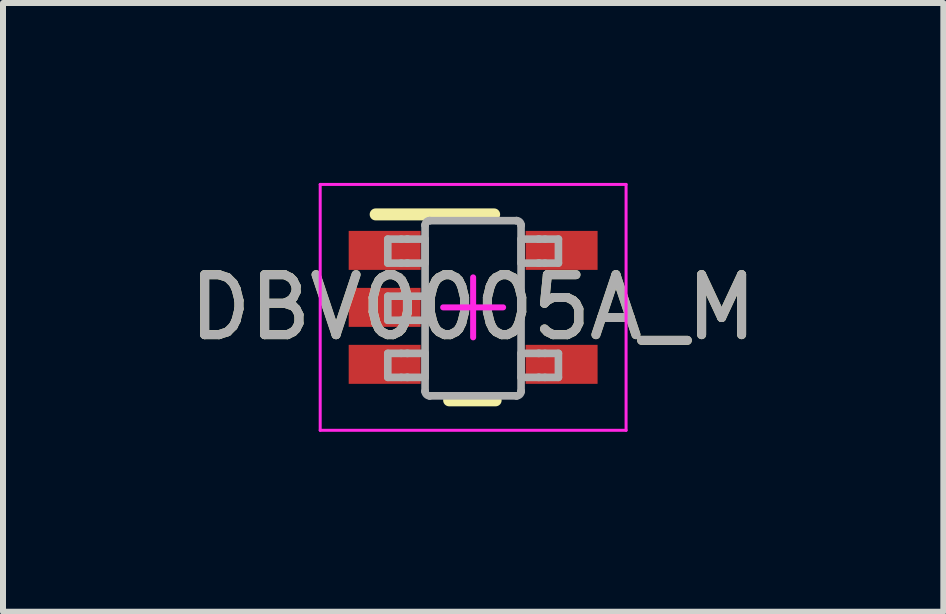
<source format=kicad_pcb>
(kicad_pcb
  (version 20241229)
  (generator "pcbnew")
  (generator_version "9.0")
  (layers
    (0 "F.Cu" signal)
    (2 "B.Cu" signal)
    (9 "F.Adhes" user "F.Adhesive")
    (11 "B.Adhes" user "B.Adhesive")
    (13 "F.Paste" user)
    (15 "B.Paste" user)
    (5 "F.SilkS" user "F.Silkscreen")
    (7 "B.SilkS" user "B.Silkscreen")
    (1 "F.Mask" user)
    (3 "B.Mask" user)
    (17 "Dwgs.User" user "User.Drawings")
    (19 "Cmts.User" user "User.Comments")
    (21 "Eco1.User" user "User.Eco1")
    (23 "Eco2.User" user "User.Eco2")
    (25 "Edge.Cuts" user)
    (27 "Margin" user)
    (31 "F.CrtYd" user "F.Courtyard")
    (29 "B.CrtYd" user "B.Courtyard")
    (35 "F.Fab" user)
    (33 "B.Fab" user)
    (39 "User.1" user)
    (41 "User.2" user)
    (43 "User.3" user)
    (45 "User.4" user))
  (footprint "DBV0005A_M"
    (layer "F.Cu")
    (at 4.839 2.075)
    (property "Reference" "DBV0005A_M" (at 0 0 0) (unlocked yes) (layer "F.SilkS") (effects (font (size 1 1) (thickness 0.15))))
    (attr smd)
    (fp_line (start -1.625 -1.55) (end 0.35 -1.55) (stroke (width 0.2) (type solid)) (layer "F.SilkS"))
    (fp_line (start -0.4 1.55) (end 0.375 1.55) (stroke (width 0.2) (type solid)) (layer "F.SilkS"))
    (fp_line (start -2.55 -2.05) (end 2.55 -2.05) (stroke (width 0.05) (type solid)) (layer "F.CrtYd"))
    (fp_line (start -2.55 2.05) (end -2.55 -2.05) (stroke (width 0.05) (type solid)) (layer "F.CrtYd"))
    (fp_line (start -2.55 2.05) (end 2.55 2.05) (stroke (width 0.05) (type solid)) (layer "F.CrtYd"))
    (fp_line (start -0.5 0) (end 0.5 0) (stroke (width 0.1) (type solid)) (layer "F.CrtYd"))
    (fp_line (start 0 0.5) (end 0 -0.5) (stroke (width 0.1) (type solid)) (layer "F.CrtYd"))
    (fp_line (start 2.55 2.05) (end 2.55 -2.05) (stroke (width 0.05) (type solid)) (layer "F.CrtYd"))
    (fp_line (start -1.423 -1.138) (end -1.199 -1.138) (stroke (width 0.127) (type solid)) (layer "F.Fab"))
    (fp_line (start -1.423 -0.738) (end -1.423 -1.138) (stroke (width 0.127) (type solid)) (layer "F.Fab"))
    (fp_line (start -1.423 -0.738) (end -1.199 -0.738) (stroke (width 0.127) (type solid)) (layer "F.Fab"))
    (fp_line (start -1.423 -0.186) (end -1.199 -0.186) (stroke (width 0.127) (type solid)) (layer "F.Fab"))
    (fp_line (start -1.423 0.215) (end -1.423 -0.186) (stroke (width 0.127) (type solid)) (layer "F.Fab"))
    (fp_line (start -1.423 0.215) (end -1.199 0.215) (stroke (width 0.127) (type solid)) (layer "F.Fab"))
    (fp_line (start -1.423 0.767) (end -1.199 0.767) (stroke (width 0.127) (type solid)) (layer "F.Fab"))
    (fp_line (start -1.423 1.167) (end -1.423 0.767) (stroke (width 0.127) (type solid)) (layer "F.Fab"))
    (fp_line (start -1.423 1.167) (end -1.199 1.167) (stroke (width 0.127) (type solid)) (layer "F.Fab"))
    (fp_line (start -1.199 -1.138) (end -1.105 -1.138) (stroke (width 0.127) (type solid)) (layer "F.Fab"))
    (fp_line (start -1.199 -0.738) (end -1.105 -0.738) (stroke (width 0.127) (type solid)) (layer "F.Fab"))
    (fp_line (start -1.199 -0.186) (end -1.105 -0.186) (stroke (width 0.127) (type solid)) (layer "F.Fab"))
    (fp_line (start -1.199 0.215) (end -1.105 0.215) (stroke (width 0.127) (type solid)) (layer "F.Fab"))
    (fp_line (start -1.199 0.767) (end -1.105 0.767) (stroke (width 0.127) (type solid)) (layer "F.Fab"))
    (fp_line (start -1.199 1.167) (end -1.105 1.167) (stroke (width 0.127) (type solid)) (layer "F.Fab"))
    (fp_line (start -1.105 -1.138) (end -1.088 -1.138) (stroke (width 0.127) (type solid)) (layer "F.Fab"))
    (fp_line (start -1.105 -0.738) (end -1.088 -0.738) (stroke (width 0.127) (type solid)) (layer "F.Fab"))
    (fp_line (start -1.105 -0.186) (end -1.088 -0.186) (stroke (width 0.127) (type solid)) (layer "F.Fab"))
    (fp_line (start -1.105 0.215) (end -1.088 0.215) (stroke (width 0.127) (type solid)) (layer "F.Fab"))
    (fp_line (start -1.105 0.767) (end -1.088 0.767) (stroke (width 0.127) (type solid)) (layer "F.Fab"))
    (fp_line (start -1.105 1.167) (end -1.088 1.167) (stroke (width 0.127) (type solid)) (layer "F.Fab"))
    (fp_line (start -1.088 -1.138) (end -0.835 -1.138) (stroke (width 0.127) (type solid)) (layer "F.Fab"))
    (fp_line (start -1.088 -0.738) (end -0.835 -0.738) (stroke (width 0.127) (type solid)) (layer "F.Fab"))
    (fp_line (start -1.088 -0.186) (end -0.835 -0.186) (stroke (width 0.127) (type solid)) (layer "F.Fab"))
    (fp_line (start -1.088 0.215) (end -0.835 0.215) (stroke (width 0.127) (type solid)) (layer "F.Fab"))
    (fp_line (start -1.088 0.767) (end -0.835 0.767) (stroke (width 0.127) (type solid)) (layer "F.Fab"))
    (fp_line (start -1.088 1.167) (end -0.835 1.167) (stroke (width 0.127) (type solid)) (layer "F.Fab"))
    (fp_line (start -0.835 -1.138) (end -0.801 -1.138) (stroke (width 0.127) (type solid)) (layer "F.Fab"))
    (fp_line (start -0.835 -0.738) (end -0.801 -0.738) (stroke (width 0.127) (type solid)) (layer "F.Fab"))
    (fp_line (start -0.835 -0.186) (end -0.801 -0.186) (stroke (width 0.127) (type solid)) (layer "F.Fab"))
    (fp_line (start -0.835 0.215) (end -0.801 0.215) (stroke (width 0.127) (type solid)) (layer "F.Fab"))
    (fp_line (start -0.835 0.767) (end -0.801 0.767) (stroke (width 0.127) (type solid)) (layer "F.Fab"))
    (fp_line (start -0.835 1.167) (end -0.801 1.167) (stroke (width 0.127) (type solid)) (layer "F.Fab"))
    (fp_line (start -0.801 -1.37) (end -0.801 -1.371) (stroke (width 0.127) (type solid)) (layer "F.Fab"))
    (fp_line (start -0.801 -0.738) (end -0.801 -1.138) (stroke (width 0.127) (type solid)) (layer "F.Fab"))
    (fp_line (start -0.801 0.215) (end -0.801 -0.186) (stroke (width 0.127) (type solid)) (layer "F.Fab"))
    (fp_line (start -0.801 1.167) (end -0.801 0.767) (stroke (width 0.127) (type solid)) (layer "F.Fab"))
    (fp_line (start -0.801 1.399) (end -0.801 -1.37) (stroke (width 0.127) (type solid)) (layer "F.Fab"))
    (fp_line (start -0.801 1.4) (end -0.801 1.399) (stroke (width 0.127) (type solid)) (layer "F.Fab"))
    (fp_line (start -0.725 -1.446) (end -0.725 -1.446) (stroke (width 0.127) (type solid)) (layer "F.Fab"))
    (fp_line (start -0.725 1.475) (end -0.725 1.475) (stroke (width 0.127) (type solid)) (layer "F.Fab"))
    (fp_line (start -0.725 -1.446) (end 0.723 -1.446) (stroke (width 0.127) (type solid)) (layer "F.Fab"))
    (fp_line (start -0.725 1.475) (end 0.723 1.475) (stroke (width 0.127) (type solid)) (layer "F.Fab"))
    (fp_line (start 0.723 -1.446) (end 0.724 -1.446) (stroke (width 0.127) (type solid)) (layer "F.Fab"))
    (fp_line (start 0.723 1.475) (end 0.724 1.475) (stroke (width 0.127) (type solid)) (layer "F.Fab"))
    (fp_line (start 0.799 -1.37) (end 0.799 -1.371) (stroke (width 0.127) (type solid)) (layer "F.Fab"))
    (fp_line (start 0.799 -1.138) (end 0.834 -1.138) (stroke (width 0.127) (type solid)) (layer "F.Fab"))
    (fp_line (start 0.799 -0.738) (end 0.799 -1.138) (stroke (width 0.127) (type solid)) (layer "F.Fab"))
    (fp_line (start 0.799 -0.738) (end 0.834 -0.738) (stroke (width 0.127) (type solid)) (layer "F.Fab"))
    (fp_line (start 0.799 0.767) (end 0.834 0.767) (stroke (width 0.127) (type solid)) (layer "F.Fab"))
    (fp_line (start 0.799 1.167) (end 0.799 0.767) (stroke (width 0.127) (type solid)) (layer "F.Fab"))
    (fp_line (start 0.799 1.167) (end 0.834 1.167) (stroke (width 0.127) (type solid)) (layer "F.Fab"))
    (fp_line (start 0.799 1.399) (end 0.799 -1.37) (stroke (width 0.127) (type solid)) (layer "F.Fab"))
    (fp_line (start 0.799 1.4) (end 0.799 1.399) (stroke (width 0.127) (type solid)) (layer "F.Fab"))
    (fp_line (start 0.834 -1.138) (end 1.087 -1.138) (stroke (width 0.127) (type solid)) (layer "F.Fab"))
    (fp_line (start 0.834 -0.738) (end 1.087 -0.738) (stroke (width 0.127) (type solid)) (layer "F.Fab"))
    (fp_line (start 0.834 0.767) (end 1.087 0.767) (stroke (width 0.127) (type solid)) (layer "F.Fab"))
    (fp_line (start 0.834 1.167) (end 1.087 1.167) (stroke (width 0.127) (type solid)) (layer "F.Fab"))
    (fp_line (start 1.087 -1.138) (end 1.103 -1.138) (stroke (width 0.127) (type solid)) (layer "F.Fab"))
    (fp_line (start 1.087 -0.738) (end 1.103 -0.738) (stroke (width 0.127) (type solid)) (layer "F.Fab"))
    (fp_line (start 1.087 0.767) (end 1.103 0.767) (stroke (width 0.127) (type solid)) (layer "F.Fab"))
    (fp_line (start 1.087 1.167) (end 1.103 1.167) (stroke (width 0.127) (type solid)) (layer "F.Fab"))
    (fp_line (start 1.103 -1.138) (end 1.198 -1.138) (stroke (width 0.127) (type solid)) (layer "F.Fab"))
    (fp_line (start 1.103 -0.738) (end 1.198 -0.738) (stroke (width 0.127) (type solid)) (layer "F.Fab"))
    (fp_line (start 1.103 0.767) (end 1.198 0.767) (stroke (width 0.127) (type solid)) (layer "F.Fab"))
    (fp_line (start 1.103 1.167) (end 1.198 1.167) (stroke (width 0.127) (type solid)) (layer "F.Fab"))
    (fp_line (start 1.198 -1.138) (end 1.422 -1.138) (stroke (width 0.127) (type solid)) (layer "F.Fab"))
    (fp_line (start 1.198 -0.738) (end 1.422 -0.738) (stroke (width 0.127) (type solid)) (layer "F.Fab"))
    (fp_line (start 1.198 0.767) (end 1.422 0.767) (stroke (width 0.127) (type solid)) (layer "F.Fab"))
    (fp_line (start 1.198 1.167) (end 1.422 1.167) (stroke (width 0.127) (type solid)) (layer "F.Fab"))
    (fp_line (start 1.422 -0.738) (end 1.422 -1.138) (stroke (width 0.127) (type solid)) (layer "F.Fab"))
    (fp_line (start 1.422 1.167) (end 1.422 0.767) (stroke (width 0.127) (type solid)) (layer "F.Fab"))
    (fp_arc (start -0.80074 -1.37084) (mid -0.778218 -1.423887) (end -0.724999 -1.445998) (stroke (width 0.127) (type solid)) (layer "F.Fab"))
    (fp_arc (start -0.724999 1.475) (mid -0.778213 1.452901) (end -0.80074 1.399867) (stroke (width 0.127) (type solid)) (layer "F.Fab"))
    (fp_arc (start 0.723714 -1.445998) (mid 0.776933 -1.423887) (end 0.799455 -1.37084) (stroke (width 0.127) (type solid)) (layer "F.Fab"))
    (fp_arc (start 0.799455 1.399868) (mid 0.776927 1.452901) (end 0.723713 1.475) (stroke (width 0.127) (type solid)) (layer "F.Fab"))
    (fp_text user "${REFERENCE}" (at 0 0 0) (unlocked yes) (layer "F.Fab") (effects (font (size 1 1) (thickness 0.15))))
    (pad "1" smd rect (at -1.475 -0.95 90) (size 0.65 1.2) (layers "F.Cu" "F.Mask" "F.Paste"))
    (pad "2" smd rect (at -1.475 0 90) (size 0.65 1.2) (layers "F.Cu" "F.Mask" "F.Paste"))
    (pad "3" smd rect (at -1.475 0.95 90) (size 0.65 1.2) (layers "F.Cu" "F.Mask" "F.Paste"))
    (pad "4" smd rect (at 1.475 0.95 90) (size 0.65 1.2) (layers "F.Cu" "F.Mask" "F.Paste"))
    (pad "5" smd rect (at 1.475 -0.95 90) (size 0.65 1.2) (layers "F.Cu" "F.Mask" "F.Paste")))
  (gr_rect
    (start -3 -3)
    (end 12.679 7.15)
    (stroke (width 0.1) (type default))
    (fill no)
    (layer "Edge.Cuts")))
</source>
